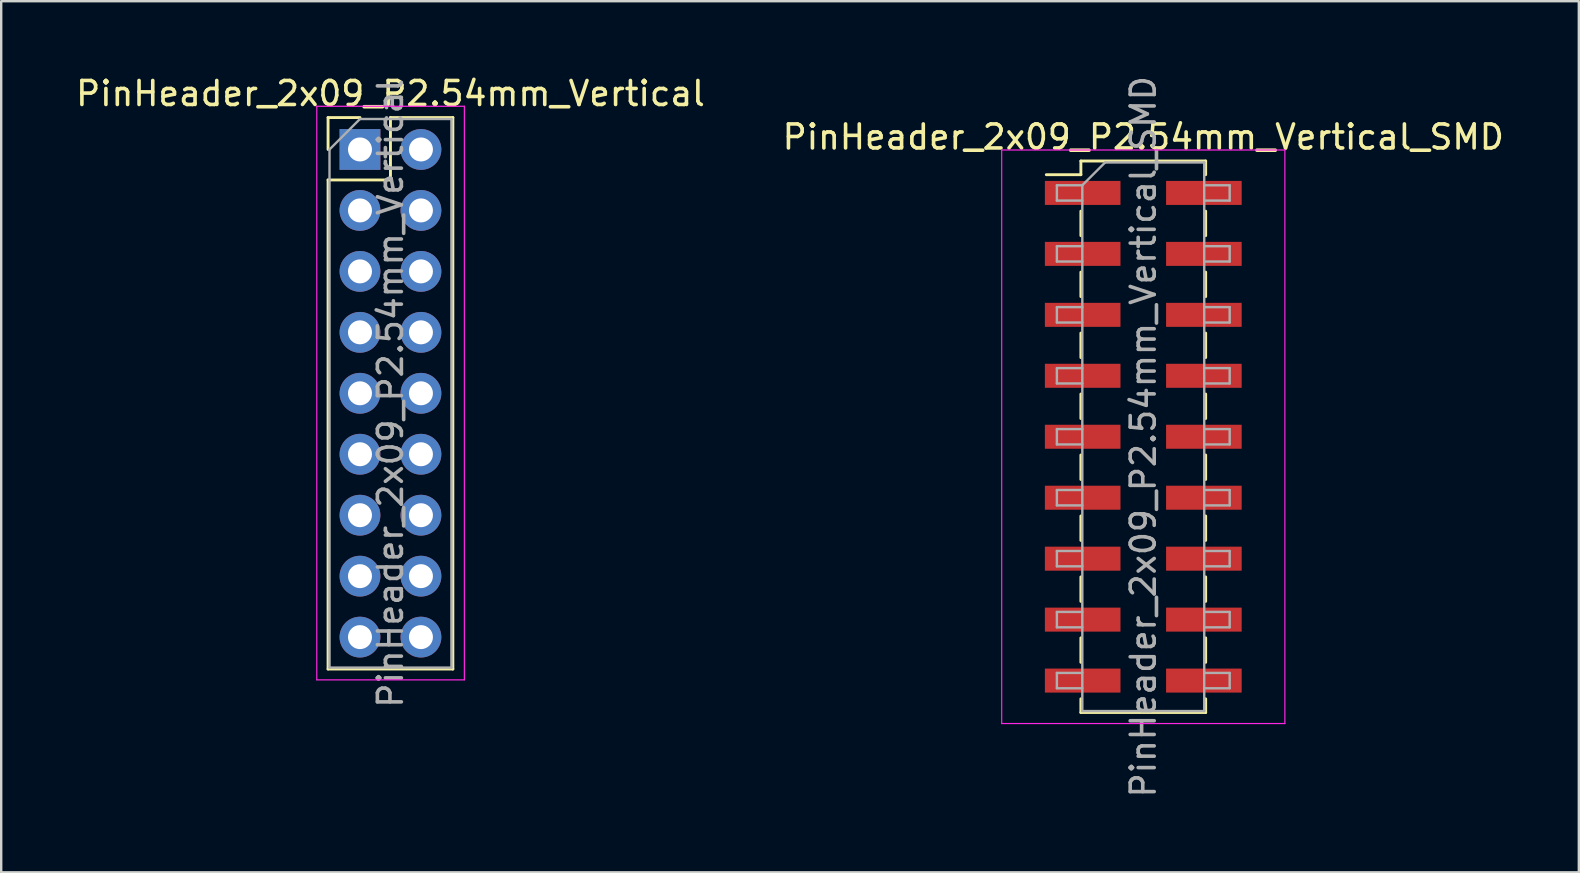
<source format=kicad_pcb>
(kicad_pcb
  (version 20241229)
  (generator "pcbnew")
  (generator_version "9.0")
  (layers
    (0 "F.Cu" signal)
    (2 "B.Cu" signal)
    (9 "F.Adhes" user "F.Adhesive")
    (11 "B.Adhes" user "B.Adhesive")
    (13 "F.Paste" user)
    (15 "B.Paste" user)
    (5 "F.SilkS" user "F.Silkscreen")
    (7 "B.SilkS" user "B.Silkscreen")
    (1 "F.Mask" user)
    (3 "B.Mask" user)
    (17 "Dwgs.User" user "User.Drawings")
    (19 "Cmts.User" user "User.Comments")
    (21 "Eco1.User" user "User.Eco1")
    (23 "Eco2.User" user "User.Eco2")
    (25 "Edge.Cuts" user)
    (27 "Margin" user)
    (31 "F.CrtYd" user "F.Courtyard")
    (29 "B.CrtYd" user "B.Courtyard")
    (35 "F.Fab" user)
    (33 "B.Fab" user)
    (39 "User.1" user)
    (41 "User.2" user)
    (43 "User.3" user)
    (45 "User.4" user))
  (footprint "PinHeader_2x09_P2.54mm_Vertical"
    (layer "F.Cu")
    (at 11.95 3.178)
    (property "Reference" "PinHeader_2x09_P2.54mm_Vertical" (at 1.27 -2.33 0) (layer "F.SilkS") (effects (font (size 1 1) (thickness 0.15))))
    (attr through_hole)
    (fp_line (start -1.33 -1.33) (end 0 -1.33) (stroke (width 0.12) (type solid)) (layer "F.SilkS"))
    (fp_line (start -1.33 0) (end -1.33 -1.33) (stroke (width 0.12) (type solid)) (layer "F.SilkS"))
    (fp_line (start -1.33 1.27) (end -1.33 21.65) (stroke (width 0.12) (type solid)) (layer "F.SilkS"))
    (fp_line (start -1.33 1.27) (end 1.27 1.27) (stroke (width 0.12) (type solid)) (layer "F.SilkS"))
    (fp_line (start -1.33 21.65) (end 3.87 21.65) (stroke (width 0.12) (type solid)) (layer "F.SilkS"))
    (fp_line (start 1.27 -1.33) (end 3.87 -1.33) (stroke (width 0.12) (type solid)) (layer "F.SilkS"))
    (fp_line (start 1.27 1.27) (end 1.27 -1.33) (stroke (width 0.12) (type solid)) (layer "F.SilkS"))
    (fp_line (start 3.87 -1.33) (end 3.87 21.65) (stroke (width 0.12) (type solid)) (layer "F.SilkS"))
    (fp_line (start -1.8 -1.8) (end -1.8 22.1) (stroke (width 0.05) (type solid)) (layer "F.CrtYd"))
    (fp_line (start -1.8 22.1) (end 4.35 22.1) (stroke (width 0.05) (type solid)) (layer "F.CrtYd"))
    (fp_line (start 4.35 -1.8) (end -1.8 -1.8) (stroke (width 0.05) (type solid)) (layer "F.CrtYd"))
    (fp_line (start 4.35 22.1) (end 4.35 -1.8) (stroke (width 0.05) (type solid)) (layer "F.CrtYd"))
    (fp_line (start -1.27 0) (end 0 -1.27) (stroke (width 0.1) (type solid)) (layer "F.Fab"))
    (fp_line (start -1.27 21.59) (end -1.27 0) (stroke (width 0.1) (type solid)) (layer "F.Fab"))
    (fp_line (start 0 -1.27) (end 3.81 -1.27) (stroke (width 0.1) (type solid)) (layer "F.Fab"))
    (fp_line (start 3.81 -1.27) (end 3.81 21.59) (stroke (width 0.1) (type solid)) (layer "F.Fab"))
    (fp_line (start 3.81 21.59) (end -1.27 21.59) (stroke (width 0.1) (type solid)) (layer "F.Fab"))
    (fp_text user "${REFERENCE}" (at 1.27 10.16 90) (layer "F.Fab") (effects (font (size 1 1) (thickness 0.15))))
    (pad "1" thru_hole rect (at 0 0) (size 1.7 1.7) (drill 1) (layers "*.Cu" "*.Mask"))
    (pad "2" thru_hole oval (at 2.54 0) (size 1.7 1.7) (drill 1) (layers "*.Cu" "*.Mask"))
    (pad "3" thru_hole oval (at 0 2.54) (size 1.7 1.7) (drill 1) (layers "*.Cu" "*.Mask"))
    (pad "4" thru_hole oval (at 2.54 2.54) (size 1.7 1.7) (drill 1) (layers "*.Cu" "*.Mask"))
    (pad "5" thru_hole oval (at 0 5.08) (size 1.7 1.7) (drill 1) (layers "*.Cu" "*.Mask"))
    (pad "6" thru_hole oval (at 2.54 5.08) (size 1.7 1.7) (drill 1) (layers "*.Cu" "*.Mask"))
    (pad "7" thru_hole oval (at 0 7.62) (size 1.7 1.7) (drill 1) (layers "*.Cu" "*.Mask"))
    (pad "8" thru_hole oval (at 2.54 7.62) (size 1.7 1.7) (drill 1) (layers "*.Cu" "*.Mask"))
    (pad "9" thru_hole oval (at 0 10.16) (size 1.7 1.7) (drill 1) (layers "*.Cu" "*.Mask"))
    (pad "10" thru_hole oval (at 2.54 10.16) (size 1.7 1.7) (drill 1) (layers "*.Cu" "*.Mask"))
    (pad "11" thru_hole oval (at 0 12.7) (size 1.7 1.7) (drill 1) (layers "*.Cu" "*.Mask"))
    (pad "12" thru_hole oval (at 2.54 12.7) (size 1.7 1.7) (drill 1) (layers "*.Cu" "*.Mask"))
    (pad "13" thru_hole oval (at 0 15.24) (size 1.7 1.7) (drill 1) (layers "*.Cu" "*.Mask"))
    (pad "14" thru_hole oval (at 2.54 15.24) (size 1.7 1.7) (drill 1) (layers "*.Cu" "*.Mask"))
    (pad "15" thru_hole oval (at 0 17.78) (size 1.7 1.7) (drill 1) (layers "*.Cu" "*.Mask"))
    (pad "16" thru_hole oval (at 2.54 17.78) (size 1.7 1.7) (drill 1) (layers "*.Cu" "*.Mask"))
    (pad "17" thru_hole oval (at 0 20.32) (size 1.7 1.7) (drill 1) (layers "*.Cu" "*.Mask"))
    (pad "18" thru_hole oval (at 2.54 20.32) (size 1.7 1.7) (drill 1) (layers "*.Cu" "*.Mask")))
  (footprint "PinHeader_2x09_P2.54mm_Vertical_SMD"
    (layer "F.Cu")
    (at 44.589 15.149)
    (property "Reference" "PinHeader_2x09_P2.54mm_Vertical_SMD" (at 0 -12.49 0) (layer "F.SilkS") (effects (font (size 1 1) (thickness 0.15))))
    (attr smd)
    (fp_line (start -4.04 -10.92) (end -2.6 -10.92) (stroke (width 0.12) (type solid)) (layer "F.SilkS"))
    (fp_line (start -2.6 -11.49) (end -2.6 -10.92) (stroke (width 0.12) (type solid)) (layer "F.SilkS"))
    (fp_line (start -2.6 -11.49) (end 2.6 -11.49) (stroke (width 0.12) (type solid)) (layer "F.SilkS"))
    (fp_line (start -2.6 -9.4) (end -2.6 -8.38) (stroke (width 0.12) (type solid)) (layer "F.SilkS"))
    (fp_line (start -2.6 -6.86) (end -2.6 -5.84) (stroke (width 0.12) (type solid)) (layer "F.SilkS"))
    (fp_line (start -2.6 -4.32) (end -2.6 -3.3) (stroke (width 0.12) (type solid)) (layer "F.SilkS"))
    (fp_line (start -2.6 -1.78) (end -2.6 -0.76) (stroke (width 0.12) (type solid)) (layer "F.SilkS"))
    (fp_line (start -2.6 0.76) (end -2.6 1.78) (stroke (width 0.12) (type solid)) (layer "F.SilkS"))
    (fp_line (start -2.6 3.3) (end -2.6 4.32) (stroke (width 0.12) (type solid)) (layer "F.SilkS"))
    (fp_line (start -2.6 5.84) (end -2.6 6.86) (stroke (width 0.12) (type solid)) (layer "F.SilkS"))
    (fp_line (start -2.6 8.38) (end -2.6 9.4) (stroke (width 0.12) (type solid)) (layer "F.SilkS"))
    (fp_line (start -2.6 10.92) (end -2.6 11.49) (stroke (width 0.12) (type solid)) (layer "F.SilkS"))
    (fp_line (start -2.6 11.49) (end 2.6 11.49) (stroke (width 0.12) (type solid)) (layer "F.SilkS"))
    (fp_line (start 2.6 -11.49) (end 2.6 -10.92) (stroke (width 0.12) (type solid)) (layer "F.SilkS"))
    (fp_line (start 2.6 -9.4) (end 2.6 -8.38) (stroke (width 0.12) (type solid)) (layer "F.SilkS"))
    (fp_line (start 2.6 -6.86) (end 2.6 -5.84) (stroke (width 0.12) (type solid)) (layer "F.SilkS"))
    (fp_line (start 2.6 -4.32) (end 2.6 -3.3) (stroke (width 0.12) (type solid)) (layer "F.SilkS"))
    (fp_line (start 2.6 -1.78) (end 2.6 -0.76) (stroke (width 0.12) (type solid)) (layer "F.SilkS"))
    (fp_line (start 2.6 0.76) (end 2.6 1.78) (stroke (width 0.12) (type solid)) (layer "F.SilkS"))
    (fp_line (start 2.6 3.3) (end 2.6 4.32) (stroke (width 0.12) (type solid)) (layer "F.SilkS"))
    (fp_line (start 2.6 5.84) (end 2.6 6.86) (stroke (width 0.12) (type solid)) (layer "F.SilkS"))
    (fp_line (start 2.6 8.38) (end 2.6 9.4) (stroke (width 0.12) (type solid)) (layer "F.SilkS"))
    (fp_line (start 2.6 10.92) (end 2.6 11.49) (stroke (width 0.12) (type solid)) (layer "F.SilkS"))
    (fp_line (start -5.9 -11.95) (end -5.9 11.95) (stroke (width 0.05) (type solid)) (layer "F.CrtYd"))
    (fp_line (start -5.9 11.95) (end 5.9 11.95) (stroke (width 0.05) (type solid)) (layer "F.CrtYd"))
    (fp_line (start 5.9 -11.95) (end -5.9 -11.95) (stroke (width 0.05) (type solid)) (layer "F.CrtYd"))
    (fp_line (start 5.9 11.95) (end 5.9 -11.95) (stroke (width 0.05) (type solid)) (layer "F.CrtYd"))
    (fp_line (start -3.6 -10.48) (end -3.6 -9.84) (stroke (width 0.1) (type solid)) (layer "F.Fab"))
    (fp_line (start -3.6 -9.84) (end -2.54 -9.84) (stroke (width 0.1) (type solid)) (layer "F.Fab"))
    (fp_line (start -3.6 -7.94) (end -3.6 -7.3) (stroke (width 0.1) (type solid)) (layer "F.Fab"))
    (fp_line (start -3.6 -7.3) (end -2.54 -7.3) (stroke (width 0.1) (type solid)) (layer "F.Fab"))
    (fp_line (start -3.6 -5.4) (end -3.6 -4.76) (stroke (width 0.1) (type solid)) (layer "F.Fab"))
    (fp_line (start -3.6 -4.76) (end -2.54 -4.76) (stroke (width 0.1) (type solid)) (layer "F.Fab"))
    (fp_line (start -3.6 -2.86) (end -3.6 -2.22) (stroke (width 0.1) (type solid)) (layer "F.Fab"))
    (fp_line (start -3.6 -2.22) (end -2.54 -2.22) (stroke (width 0.1) (type solid)) (layer "F.Fab"))
    (fp_line (start -3.6 -0.32) (end -3.6 0.32) (stroke (width 0.1) (type solid)) (layer "F.Fab"))
    (fp_line (start -3.6 0.32) (end -2.54 0.32) (stroke (width 0.1) (type solid)) (layer "F.Fab"))
    (fp_line (start -3.6 2.22) (end -3.6 2.86) (stroke (width 0.1) (type solid)) (layer "F.Fab"))
    (fp_line (start -3.6 2.86) (end -2.54 2.86) (stroke (width 0.1) (type solid)) (layer "F.Fab"))
    (fp_line (start -3.6 4.76) (end -3.6 5.4) (stroke (width 0.1) (type solid)) (layer "F.Fab"))
    (fp_line (start -3.6 5.4) (end -2.54 5.4) (stroke (width 0.1) (type solid)) (layer "F.Fab"))
    (fp_line (start -3.6 7.3) (end -3.6 7.94) (stroke (width 0.1) (type solid)) (layer "F.Fab"))
    (fp_line (start -3.6 7.94) (end -2.54 7.94) (stroke (width 0.1) (type solid)) (layer "F.Fab"))
    (fp_line (start -3.6 9.84) (end -3.6 10.48) (stroke (width 0.1) (type solid)) (layer "F.Fab"))
    (fp_line (start -3.6 10.48) (end -2.54 10.48) (stroke (width 0.1) (type solid)) (layer "F.Fab"))
    (fp_line (start -2.54 -10.48) (end -3.6 -10.48) (stroke (width 0.1) (type solid)) (layer "F.Fab"))
    (fp_line (start -2.54 -10.48) (end -1.59 -11.43) (stroke (width 0.1) (type solid)) (layer "F.Fab"))
    (fp_line (start -2.54 -7.94) (end -3.6 -7.94) (stroke (width 0.1) (type solid)) (layer "F.Fab"))
    (fp_line (start -2.54 -5.4) (end -3.6 -5.4) (stroke (width 0.1) (type solid)) (layer "F.Fab"))
    (fp_line (start -2.54 -2.86) (end -3.6 -2.86) (stroke (width 0.1) (type solid)) (layer "F.Fab"))
    (fp_line (start -2.54 -0.32) (end -3.6 -0.32) (stroke (width 0.1) (type solid)) (layer "F.Fab"))
    (fp_line (start -2.54 2.22) (end -3.6 2.22) (stroke (width 0.1) (type solid)) (layer "F.Fab"))
    (fp_line (start -2.54 4.76) (end -3.6 4.76) (stroke (width 0.1) (type solid)) (layer "F.Fab"))
    (fp_line (start -2.54 7.3) (end -3.6 7.3) (stroke (width 0.1) (type solid)) (layer "F.Fab"))
    (fp_line (start -2.54 9.84) (end -3.6 9.84) (stroke (width 0.1) (type solid)) (layer "F.Fab"))
    (fp_line (start -2.54 11.43) (end -2.54 -10.48) (stroke (width 0.1) (type solid)) (layer "F.Fab"))
    (fp_line (start -1.59 -11.43) (end 2.54 -11.43) (stroke (width 0.1) (type solid)) (layer "F.Fab"))
    (fp_line (start 2.54 -11.43) (end 2.54 11.43) (stroke (width 0.1) (type solid)) (layer "F.Fab"))
    (fp_line (start 2.54 -10.48) (end 3.6 -10.48) (stroke (width 0.1) (type solid)) (layer "F.Fab"))
    (fp_line (start 2.54 -7.94) (end 3.6 -7.94) (stroke (width 0.1) (type solid)) (layer "F.Fab"))
    (fp_line (start 2.54 -5.4) (end 3.6 -5.4) (stroke (width 0.1) (type solid)) (layer "F.Fab"))
    (fp_line (start 2.54 -2.86) (end 3.6 -2.86) (stroke (width 0.1) (type solid)) (layer "F.Fab"))
    (fp_line (start 2.54 -0.32) (end 3.6 -0.32) (stroke (width 0.1) (type solid)) (layer "F.Fab"))
    (fp_line (start 2.54 2.22) (end 3.6 2.22) (stroke (width 0.1) (type solid)) (layer "F.Fab"))
    (fp_line (start 2.54 4.76) (end 3.6 4.76) (stroke (width 0.1) (type solid)) (layer "F.Fab"))
    (fp_line (start 2.54 7.3) (end 3.6 7.3) (stroke (width 0.1) (type solid)) (layer "F.Fab"))
    (fp_line (start 2.54 9.84) (end 3.6 9.84) (stroke (width 0.1) (type solid)) (layer "F.Fab"))
    (fp_line (start 2.54 11.43) (end -2.54 11.43) (stroke (width 0.1) (type solid)) (layer "F.Fab"))
    (fp_line (start 3.6 -10.48) (end 3.6 -9.84) (stroke (width 0.1) (type solid)) (layer "F.Fab"))
    (fp_line (start 3.6 -9.84) (end 2.54 -9.84) (stroke (width 0.1) (type solid)) (layer "F.Fab"))
    (fp_line (start 3.6 -7.94) (end 3.6 -7.3) (stroke (width 0.1) (type solid)) (layer "F.Fab"))
    (fp_line (start 3.6 -7.3) (end 2.54 -7.3) (stroke (width 0.1) (type solid)) (layer "F.Fab"))
    (fp_line (start 3.6 -5.4) (end 3.6 -4.76) (stroke (width 0.1) (type solid)) (layer "F.Fab"))
    (fp_line (start 3.6 -4.76) (end 2.54 -4.76) (stroke (width 0.1) (type solid)) (layer "F.Fab"))
    (fp_line (start 3.6 -2.86) (end 3.6 -2.22) (stroke (width 0.1) (type solid)) (layer "F.Fab"))
    (fp_line (start 3.6 -2.22) (end 2.54 -2.22) (stroke (width 0.1) (type solid)) (layer "F.Fab"))
    (fp_line (start 3.6 -0.32) (end 3.6 0.32) (stroke (width 0.1) (type solid)) (layer "F.Fab"))
    (fp_line (start 3.6 0.32) (end 2.54 0.32) (stroke (width 0.1) (type solid)) (layer "F.Fab"))
    (fp_line (start 3.6 2.22) (end 3.6 2.86) (stroke (width 0.1) (type solid)) (layer "F.Fab"))
    (fp_line (start 3.6 2.86) (end 2.54 2.86) (stroke (width 0.1) (type solid)) (layer "F.Fab"))
    (fp_line (start 3.6 4.76) (end 3.6 5.4) (stroke (width 0.1) (type solid)) (layer "F.Fab"))
    (fp_line (start 3.6 5.4) (end 2.54 5.4) (stroke (width 0.1) (type solid)) (layer "F.Fab"))
    (fp_line (start 3.6 7.3) (end 3.6 7.94) (stroke (width 0.1) (type solid)) (layer "F.Fab"))
    (fp_line (start 3.6 7.94) (end 2.54 7.94) (stroke (width 0.1) (type solid)) (layer "F.Fab"))
    (fp_line (start 3.6 9.84) (end 3.6 10.48) (stroke (width 0.1) (type solid)) (layer "F.Fab"))
    (fp_line (start 3.6 10.48) (end 2.54 10.48) (stroke (width 0.1) (type solid)) (layer "F.Fab"))
    (fp_text user "${REFERENCE}" (at 0 0 90) (layer "F.Fab") (effects (font (size 1 1) (thickness 0.15))))
    (pad "1" smd rect (at -2.525 -10.16) (size 3.15 1) (layers "F.Cu" "F.Mask" "F.Paste"))
    (pad "2" smd rect (at 2.525 -10.16) (size 3.15 1) (layers "F.Cu" "F.Mask" "F.Paste"))
    (pad "3" smd rect (at -2.525 -7.62) (size 3.15 1) (layers "F.Cu" "F.Mask" "F.Paste"))
    (pad "4" smd rect (at 2.525 -7.62) (size 3.15 1) (layers "F.Cu" "F.Mask" "F.Paste"))
    (pad "5" smd rect (at -2.525 -5.08) (size 3.15 1) (layers "F.Cu" "F.Mask" "F.Paste"))
    (pad "6" smd rect (at 2.525 -5.08) (size 3.15 1) (layers "F.Cu" "F.Mask" "F.Paste"))
    (pad "7" smd rect (at -2.525 -2.54) (size 3.15 1) (layers "F.Cu" "F.Mask" "F.Paste"))
    (pad "8" smd rect (at 2.525 -2.54) (size 3.15 1) (layers "F.Cu" "F.Mask" "F.Paste"))
    (pad "9" smd rect (at -2.525 0) (size 3.15 1) (layers "F.Cu" "F.Mask" "F.Paste"))
    (pad "10" smd rect (at 2.525 0) (size 3.15 1) (layers "F.Cu" "F.Mask" "F.Paste"))
    (pad "11" smd rect (at -2.525 2.54) (size 3.15 1) (layers "F.Cu" "F.Mask" "F.Paste"))
    (pad "12" smd rect (at 2.525 2.54) (size 3.15 1) (layers "F.Cu" "F.Mask" "F.Paste"))
    (pad "13" smd rect (at -2.525 5.08) (size 3.15 1) (layers "F.Cu" "F.Mask" "F.Paste"))
    (pad "14" smd rect (at 2.525 5.08) (size 3.15 1) (layers "F.Cu" "F.Mask" "F.Paste"))
    (pad "15" smd rect (at -2.525 7.62) (size 3.15 1) (layers "F.Cu" "F.Mask" "F.Paste"))
    (pad "16" smd rect (at 2.525 7.62) (size 3.15 1) (layers "F.Cu" "F.Mask" "F.Paste"))
    (pad "17" smd rect (at -2.525 10.16) (size 3.15 1) (layers "F.Cu" "F.Mask" "F.Paste"))
    (pad "18" smd rect (at 2.525 10.16) (size 3.15 1) (layers "F.Cu" "F.Mask" "F.Paste")))
  (gr_rect
    (start -3 -3)
    (end 62.738 33.298)
    (stroke (width 0.1) (type default))
    (fill no)
    (layer "Edge.Cuts")))
</source>
